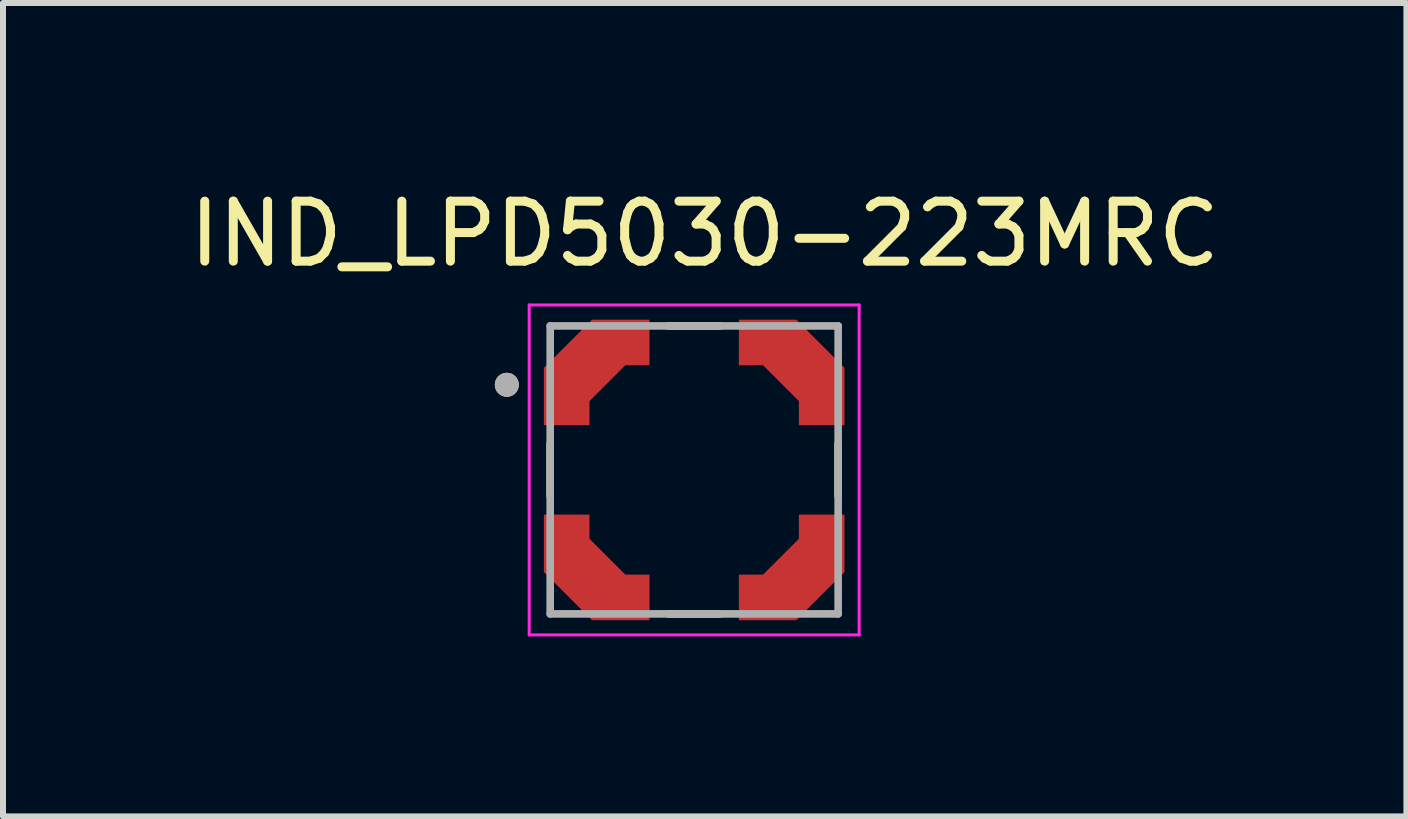
<source format=kicad_pcb>
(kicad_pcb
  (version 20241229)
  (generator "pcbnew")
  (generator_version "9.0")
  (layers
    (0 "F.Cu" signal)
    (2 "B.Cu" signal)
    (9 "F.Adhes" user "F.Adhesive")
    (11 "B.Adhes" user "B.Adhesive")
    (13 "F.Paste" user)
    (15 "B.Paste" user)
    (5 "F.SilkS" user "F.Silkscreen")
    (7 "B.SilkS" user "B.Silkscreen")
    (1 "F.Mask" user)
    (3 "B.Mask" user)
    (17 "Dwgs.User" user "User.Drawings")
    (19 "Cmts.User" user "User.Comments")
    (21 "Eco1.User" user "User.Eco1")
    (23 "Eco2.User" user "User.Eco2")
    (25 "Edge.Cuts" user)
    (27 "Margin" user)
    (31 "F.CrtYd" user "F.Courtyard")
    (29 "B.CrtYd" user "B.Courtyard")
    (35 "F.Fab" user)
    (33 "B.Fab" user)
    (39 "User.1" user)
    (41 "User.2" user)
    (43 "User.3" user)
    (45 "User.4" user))
  (footprint "IND_LPD5030-223MRC"
    (layer "F.Cu")
    (at 8.521 4.783)
    (property "Reference" "IND_LPD5030-223MRC" (at 0.175 -3.935 0) (layer "F.SilkS") (effects (font (size 1 1) (thickness 0.15))))
    (attr smd)
    (fp_poly (pts (xy -2.6 0.65) (xy -2.6 1.741) (xy -1.741 2.6) (xy -0.65 2.6) (xy -0.65 1.65) (xy -1.109 1.65) (xy -1.65 1.109) (xy -1.65 0.65)) (stroke (width 0.01) (type solid)) (fill yes) (layer "F.Mask"))
    (fp_poly (pts (xy -1.65 -0.65) (xy -2.6 -0.65) (xy -2.6 -1.741) (xy -1.741 -2.6) (xy -0.65 -2.6) (xy -0.65 -1.65) (xy -1.109 -1.65) (xy -1.65 -1.109)) (stroke (width 0.01) (type solid)) (fill yes) (layer "F.Mask"))
    (fp_poly (pts (xy 0.65 -2.6) (xy 0.65 -1.65) (xy 1.109 -1.65) (xy 1.65 -1.109) (xy 1.65 -0.65) (xy 2.6 -0.65) (xy 2.6 -1.741) (xy 1.741 -2.6)) (stroke (width 0.01) (type solid)) (fill yes) (layer "F.Mask"))
    (fp_poly (pts (xy 0.65 1.65) (xy 0.65 2.6) (xy 1.741 2.6) (xy 2.6 1.741) (xy 2.6 0.65) (xy 1.65 0.65) (xy 1.65 1.109) (xy 1.109 1.65)) (stroke (width 0.01) (type solid)) (fill yes) (layer "F.Mask"))
    (fp_line (start -2.4 0.43) (end -2.4 -0.43) (stroke (width 0.127) (type solid)) (layer "F.SilkS"))
    (fp_line (start -0.43 -2.4) (end 0.43 -2.4) (stroke (width 0.127) (type solid)) (layer "F.SilkS"))
    (fp_line (start 0.43 2.4) (end -0.43 2.4) (stroke (width 0.127) (type solid)) (layer "F.SilkS"))
    (fp_line (start 2.4 -0.43) (end 2.4 0.43) (stroke (width 0.127) (type solid)) (layer "F.SilkS"))
    (fp_circle (center -3.123 -1.419) (end -3.023 -1.419) (stroke (width 0.2) (type solid)) (fill no) (layer "F.SilkS"))
    (fp_poly (pts (xy -1.75 -0.75) (xy -2.5 -0.75) (xy -2.5 -1.7) (xy -1.7 -2.5) (xy -0.75 -2.5) (xy -0.75 -1.75) (xy -1.15 -1.75) (xy -1.75 -1.15)) (stroke (width 0.01) (type solid)) (fill yes) (layer "F.Paste"))
    (fp_poly (pts (xy -1.7 2.5) (xy -2.5 1.7) (xy -2.5 0.75) (xy -1.75 0.75) (xy -1.75 1.15) (xy -1.15 1.75) (xy -0.75 1.75) (xy -0.75 2.5)) (stroke (width 0.01) (type solid)) (fill yes) (layer "F.Paste"))
    (fp_poly (pts (xy 1.15 -1.75) (xy 0.75 -1.75) (xy 0.75 -2.5) (xy 1.7 -2.5) (xy 2.5 -1.7) (xy 2.5 -0.75) (xy 1.75 -0.75) (xy 1.75 -1.15)) (stroke (width 0.01) (type solid)) (fill yes) (layer "F.Paste"))
    (fp_poly (pts (xy 1.7 2.5) (xy 0.75 2.5) (xy 0.75 1.75) (xy 1.15 1.75) (xy 1.75 1.15) (xy 1.75 0.75) (xy 2.5 0.75) (xy 2.5 1.7)) (stroke (width 0.01) (type solid)) (fill yes) (layer "F.Paste"))
    (fp_line (start -2.75 -2.75) (end -2.75 2.75) (stroke (width 0.05) (type solid)) (layer "F.CrtYd"))
    (fp_line (start -2.75 2.75) (end 2.75 2.75) (stroke (width 0.05) (type solid)) (layer "F.CrtYd"))
    (fp_line (start 2.75 -2.75) (end -2.75 -2.75) (stroke (width 0.05) (type solid)) (layer "F.CrtYd"))
    (fp_line (start 2.75 2.75) (end 2.75 -2.75) (stroke (width 0.05) (type solid)) (layer "F.CrtYd"))
    (fp_line (start -2.4 -2.4) (end 2.4 -2.4) (stroke (width 0.127) (type solid)) (layer "F.Fab"))
    (fp_line (start -2.4 2.4) (end -2.4 -2.4) (stroke (width 0.127) (type solid)) (layer "F.Fab"))
    (fp_line (start 2.4 -2.4) (end 2.4 2.4) (stroke (width 0.127) (type solid)) (layer "F.Fab"))
    (fp_line (start 2.4 2.4) (end -2.4 2.4) (stroke (width 0.127) (type solid)) (layer "F.Fab"))
    (fp_circle (center -3.123 -1.419) (end -3.023 -1.419) (stroke (width 0.2) (type solid)) (fill no) (layer "F.Fab"))
    (pad "1" smd custom (at -1.8 -1.8) (size 0.4 0.4) (layers "F.Cu") (options (anchor rect)) (primitives (gr_poly (pts (xy 0.05 1.05) (xy -0.7 1.05) (xy -0.7 0.1) (xy 0.1 -0.7) (xy 1.05 -0.7) (xy 1.05 0.05) (xy 0.65 0.05) (xy 0.05 0.65)) (width 0.01) (fill yes))))
    (pad "2" smd custom (at -1.8 1.8) (size 0.4 0.4) (layers "F.Cu") (options (anchor rect)) (primitives (gr_poly (pts (xy 0.1 0.7) (xy -0.7 -0.1) (xy -0.7 -1.05) (xy 0.05 -1.05) (xy 0.05 -0.65) (xy 0.65 -0.05) (xy 1.05 -0.05) (xy 1.05 0.7)) (width 0.01) (fill yes))))
    (pad "3" smd custom (at 1.8 1.8) (size 0.4 0.4) (layers "F.Cu") (options (anchor rect)) (primitives (gr_poly (pts (xy -0.1 0.7) (xy -1.05 0.7) (xy -1.05 -0.05) (xy -0.65 -0.05) (xy -0.05 -0.65) (xy -0.05 -1.05) (xy 0.7 -1.05) (xy 0.7 -0.1)) (width 0.01) (fill yes))))
    (pad "4" smd custom (at 1.8 -1.8) (size 0.4 0.4) (layers "F.Cu") (options (anchor rect)) (primitives (gr_poly (pts (xy -0.65 0.05) (xy -1.05 0.05) (xy -1.05 -0.7) (xy -0.1 -0.7) (xy 0.7 0.1) (xy 0.7 1.05) (xy -0.05 1.05) (xy -0.05 0.65)) (width 0.01) (fill yes)))))
  (gr_rect
    (start -3 -3)
    (end 20.393 10.558)
    (stroke (width 0.1) (type default))
    (fill no)
    (layer "Edge.Cuts")))
</source>
